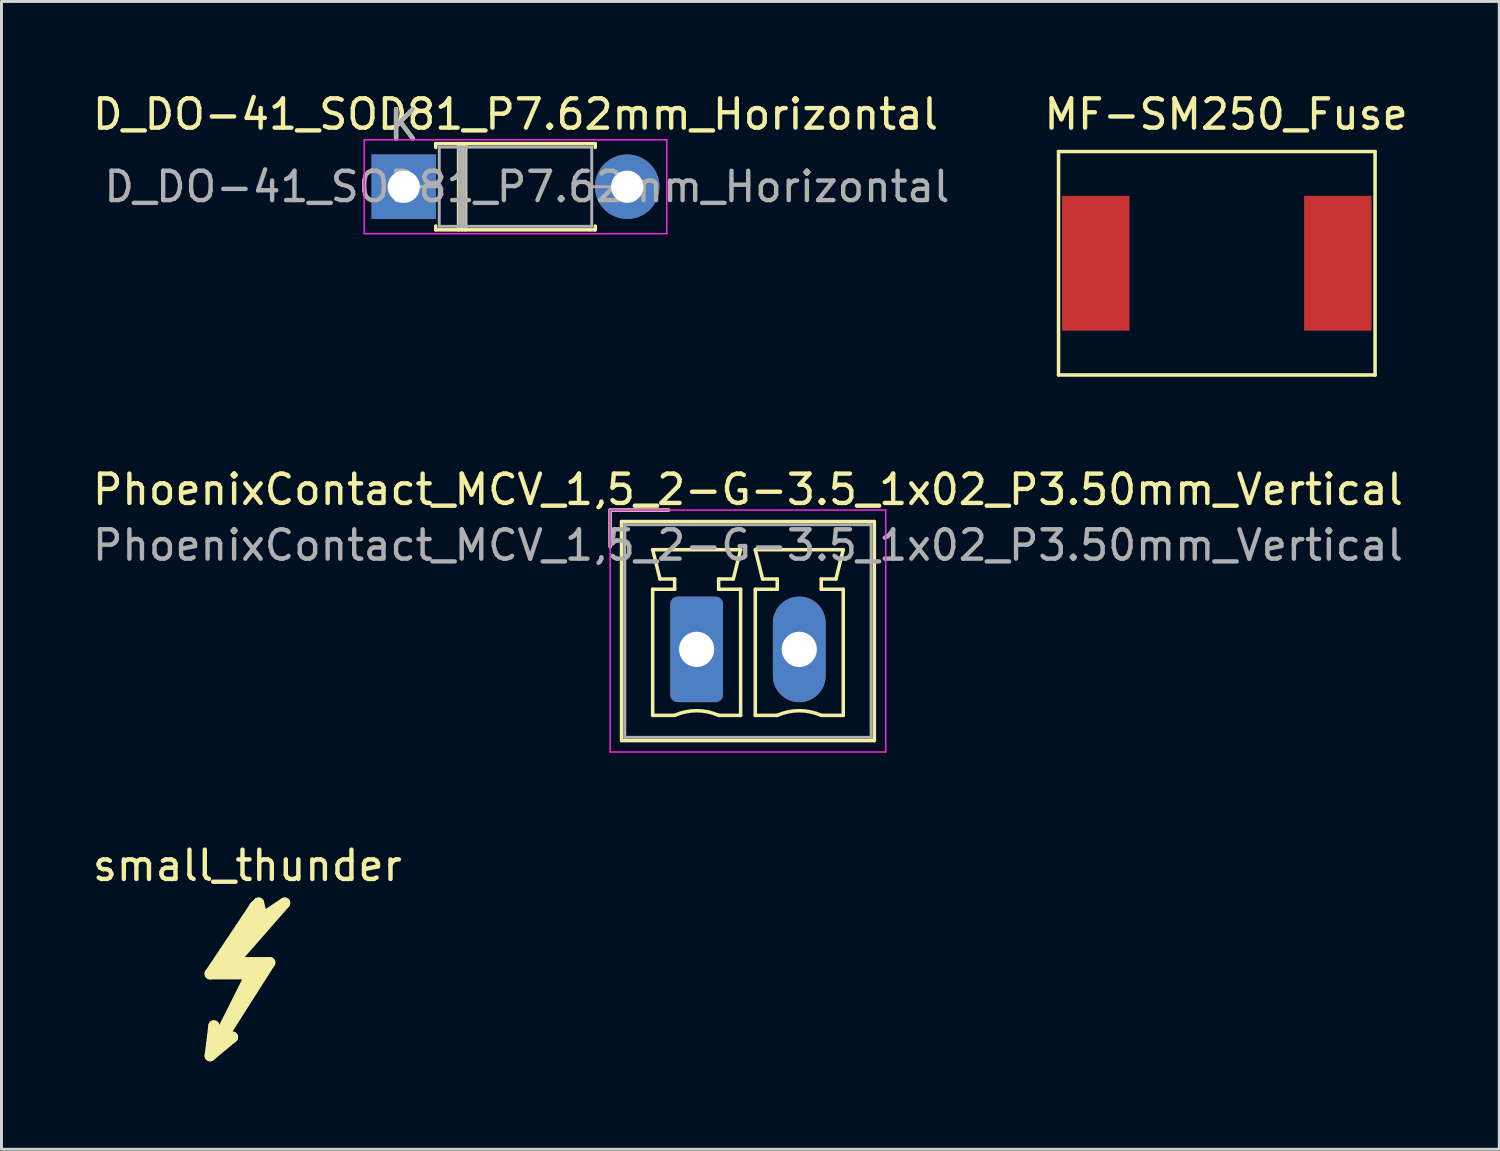
<source format=kicad_pcb>
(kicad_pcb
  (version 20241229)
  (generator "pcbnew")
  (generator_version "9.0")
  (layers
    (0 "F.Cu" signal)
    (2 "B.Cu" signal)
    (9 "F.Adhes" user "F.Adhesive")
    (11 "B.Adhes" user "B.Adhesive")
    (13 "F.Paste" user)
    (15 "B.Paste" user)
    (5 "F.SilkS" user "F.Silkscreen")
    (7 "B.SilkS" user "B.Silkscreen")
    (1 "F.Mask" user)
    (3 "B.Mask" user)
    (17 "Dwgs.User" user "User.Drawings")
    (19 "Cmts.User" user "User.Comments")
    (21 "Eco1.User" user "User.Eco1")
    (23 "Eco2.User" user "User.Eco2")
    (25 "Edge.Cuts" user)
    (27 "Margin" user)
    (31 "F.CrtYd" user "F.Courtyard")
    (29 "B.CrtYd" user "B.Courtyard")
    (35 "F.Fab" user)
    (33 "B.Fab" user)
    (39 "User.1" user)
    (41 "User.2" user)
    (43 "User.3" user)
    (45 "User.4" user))
  (footprint "MF-SM250_Fuse"
    (layer "F.Cu")
    (at 38.13 0.848)
    (property "Reference" "MF-SM250_Fuse" (at 0.635 0 0) (layer "F.SilkS") (effects (font (size 1 1) (thickness 0.15))))
    (attr through_hole)
    (fp_line (start -5.08 1.27) (end -5.08 8.89) (stroke (width 0.12) (type solid)) (layer "F.SilkS"))
    (fp_line (start -5.08 8.89) (end 5.715 8.89) (stroke (width 0.12) (type solid)) (layer "F.SilkS"))
    (fp_line (start 5.715 1.27) (end -5.08 1.27) (stroke (width 0.12) (type solid)) (layer "F.SilkS"))
    (fp_line (start 5.715 8.89) (end 5.715 1.27) (stroke (width 0.12) (type solid)) (layer "F.SilkS"))
    (pad "1" smd rect (at -3.81 5.08 90) (size 4.6 2.3) (layers "F.Cu" "F.Mask" "F.Paste"))
    (pad "2" smd rect (at 4.445 5.08 90) (size 4.6 2.3) (layers "F.Cu" "F.Mask" "F.Paste")))
  (footprint "PhoenixContact_MCV_1,5_2-G-3.5_1x02_P3.50mm_Vertical"
    (layer "F.Cu")
    (at 20.708 19.096)
    (property "Reference" "PhoenixContact_MCV_1,5_2-G-3.5_1x02_P3.50mm_Vertical" (at 1.75 -5.45 0) (layer "F.SilkS") (effects (font (size 1 1) (thickness 0.15))))
    (attr through_hole)
    (fp_line (start -2.95 -4.75) (end -0.95 -4.75) (stroke (width 0.12) (type solid)) (layer "F.SilkS"))
    (fp_line (start -2.95 -3.5) (end -2.95 -4.75) (stroke (width 0.12) (type solid)) (layer "F.SilkS"))
    (fp_line (start -2.56 -4.36) (end -2.56 3.11) (stroke (width 0.12) (type solid)) (layer "F.SilkS"))
    (fp_line (start -2.56 3.11) (end 6.06 3.11) (stroke (width 0.12) (type solid)) (layer "F.SilkS"))
    (fp_line (start -1.5 -3.4) (end 1.5 -3.4) (stroke (width 0.12) (type solid)) (layer "F.SilkS"))
    (fp_line (start -1.5 -2.05) (end -0.75 -2.05) (stroke (width 0.12) (type solid)) (layer "F.SilkS"))
    (fp_line (start -1.5 2.25) (end -1.5 -2.05) (stroke (width 0.12) (type solid)) (layer "F.SilkS"))
    (fp_line (start -1.25 -2.4) (end -1.5 -3.4) (stroke (width 0.12) (type solid)) (layer "F.SilkS"))
    (fp_line (start -0.75 -2.4) (end -1.25 -2.4) (stroke (width 0.12) (type solid)) (layer "F.SilkS"))
    (fp_line (start -0.75 -2.05) (end -0.75 -2.4) (stroke (width 0.12) (type solid)) (layer "F.SilkS"))
    (fp_line (start -0.75 2.25) (end -1.5 2.25) (stroke (width 0.12) (type solid)) (layer "F.SilkS"))
    (fp_line (start 0.75 -2.4) (end 0.75 -2.05) (stroke (width 0.12) (type solid)) (layer "F.SilkS"))
    (fp_line (start 0.75 -2.05) (end 1.5 -2.05) (stroke (width 0.12) (type solid)) (layer "F.SilkS"))
    (fp_line (start 1.25 -2.4) (end 0.75 -2.4) (stroke (width 0.12) (type solid)) (layer "F.SilkS"))
    (fp_line (start 1.5 -3.4) (end 1.25 -2.4) (stroke (width 0.12) (type solid)) (layer "F.SilkS"))
    (fp_line (start 1.5 -2.05) (end 1.5 2.25) (stroke (width 0.12) (type solid)) (layer "F.SilkS"))
    (fp_line (start 1.5 2.25) (end 0.75 2.25) (stroke (width 0.12) (type solid)) (layer "F.SilkS"))
    (fp_line (start 2 -3.4) (end 5 -3.4) (stroke (width 0.12) (type solid)) (layer "F.SilkS"))
    (fp_line (start 2 -2.05) (end 2.75 -2.05) (stroke (width 0.12) (type solid)) (layer "F.SilkS"))
    (fp_line (start 2 2.25) (end 2 -2.05) (stroke (width 0.12) (type solid)) (layer "F.SilkS"))
    (fp_line (start 2.25 -2.4) (end 2 -3.4) (stroke (width 0.12) (type solid)) (layer "F.SilkS"))
    (fp_line (start 2.75 -2.4) (end 2.25 -2.4) (stroke (width 0.12) (type solid)) (layer "F.SilkS"))
    (fp_line (start 2.75 -2.05) (end 2.75 -2.4) (stroke (width 0.12) (type solid)) (layer "F.SilkS"))
    (fp_line (start 2.75 2.25) (end 2 2.25) (stroke (width 0.12) (type solid)) (layer "F.SilkS"))
    (fp_line (start 4.25 -2.4) (end 4.25 -2.05) (stroke (width 0.12) (type solid)) (layer "F.SilkS"))
    (fp_line (start 4.25 -2.05) (end 5 -2.05) (stroke (width 0.12) (type solid)) (layer "F.SilkS"))
    (fp_line (start 4.75 -2.4) (end 4.25 -2.4) (stroke (width 0.12) (type solid)) (layer "F.SilkS"))
    (fp_line (start 5 -3.4) (end 4.75 -2.4) (stroke (width 0.12) (type solid)) (layer "F.SilkS"))
    (fp_line (start 5 -2.05) (end 5 2.25) (stroke (width 0.12) (type solid)) (layer "F.SilkS"))
    (fp_line (start 5 2.25) (end 4.25 2.25) (stroke (width 0.12) (type solid)) (layer "F.SilkS"))
    (fp_line (start 6.06 -4.36) (end -2.56 -4.36) (stroke (width 0.12) (type solid)) (layer "F.SilkS"))
    (fp_line (start 6.06 3.11) (end 6.06 -4.36) (stroke (width 0.12) (type solid)) (layer "F.SilkS"))
    (fp_arc (start -0.75 2.25) (mid -0.000193 2.09191) (end 0.749647 2.249844) (stroke (width 0.12) (type solid)) (layer "F.SilkS"))
    (fp_arc (start 2.75 2.25) (mid 3.499807 2.09191) (end 4.249647 2.249844) (stroke (width 0.12) (type solid)) (layer "F.SilkS"))
    (fp_line (start -2.95 -4.75) (end -2.95 3.5) (stroke (width 0.05) (type solid)) (layer "F.CrtYd"))
    (fp_line (start -2.95 3.5) (end 6.45 3.5) (stroke (width 0.05) (type solid)) (layer "F.CrtYd"))
    (fp_line (start 6.45 -4.75) (end -2.95 -4.75) (stroke (width 0.05) (type solid)) (layer "F.CrtYd"))
    (fp_line (start 6.45 3.5) (end 6.45 -4.75) (stroke (width 0.05) (type solid)) (layer "F.CrtYd"))
    (fp_line (start -2.95 -4.75) (end -0.95 -4.75) (stroke (width 0.1) (type solid)) (layer "F.Fab"))
    (fp_line (start -2.95 -3.5) (end -2.95 -4.75) (stroke (width 0.1) (type solid)) (layer "F.Fab"))
    (fp_line (start -2.45 -4.25) (end -2.45 3) (stroke (width 0.1) (type solid)) (layer "F.Fab"))
    (fp_line (start -2.45 3) (end 5.95 3) (stroke (width 0.1) (type solid)) (layer "F.Fab"))
    (fp_line (start 5.95 -4.25) (end -2.45 -4.25) (stroke (width 0.1) (type solid)) (layer "F.Fab"))
    (fp_line (start 5.95 3) (end 5.95 -4.25) (stroke (width 0.1) (type solid)) (layer "F.Fab"))
    (fp_text user "${REFERENCE}" (at 1.75 -3.55 0) (layer "F.Fab") (effects (font (size 1 1) (thickness 0.15))))
    (pad "1" thru_hole roundrect (at 0 0) (size 1.8 3.6) (drill 1.2) (layers "*.Cu" "*.Mask") (roundrect_rratio 0.139))
    (pad "2" thru_hole oval (at 3.5 0) (size 1.8 3.6) (drill 1.2) (layers "*.Cu" "*.Mask")))
  (footprint "small_thunder"
    (layer "F.Cu")
    (at 5.387 25.97)
    (property "Reference" "small_thunder" (at 0 0.5 0) (layer "F.SilkS") (effects (font (size 1 1) (thickness 0.15))))
    (attr through_hole)
    (fp_line (start -1.27 4.191) (end 0.127 4.191) (stroke (width 0.381) (type solid)) (layer "F.SilkS"))
    (fp_line (start -1.27 6.985) (end -0.508 6.35) (stroke (width 0.381) (type solid)) (layer "F.SilkS"))
    (fp_line (start -1.143 5.969) (end -1.27 6.985) (stroke (width 0.381) (type solid)) (layer "F.SilkS"))
    (fp_line (start -1.016 6.477) (end -1.143 5.969) (stroke (width 0.381) (type solid)) (layer "F.SilkS"))
    (fp_line (start -1.016 6.604) (end 0.762 3.81) (stroke (width 0.381) (type solid)) (layer "F.SilkS"))
    (fp_line (start -0.889 4.064) (end 0.381 4.064) (stroke (width 0.381) (type solid)) (layer "F.SilkS"))
    (fp_line (start -0.508 3.81) (end 1.27 1.778) (stroke (width 0.381) (type solid)) (layer "F.SilkS"))
    (fp_line (start -0.508 6.35) (end -1.016 6.604) (stroke (width 0.381) (type solid)) (layer "F.SilkS"))
    (fp_line (start 0.127 4.191) (end -1.016 6.477) (stroke (width 0.381) (type solid)) (layer "F.SilkS"))
    (fp_line (start 0.254 1.905) (end -1.27 4.191) (stroke (width 0.381) (type solid)) (layer "F.SilkS"))
    (fp_line (start 0.254 1.905) (end 0.381 1.778) (stroke (width 0.381) (type solid)) (layer "F.SilkS"))
    (fp_line (start 0.508 2.159) (end -0.889 4.064) (stroke (width 0.381) (type solid)) (layer "F.SilkS"))
    (fp_line (start 0.508 2.286) (end 0.381 1.778) (stroke (width 0.381) (type solid)) (layer "F.SilkS"))
    (fp_line (start 0.762 3.81) (end -0.508 3.81) (stroke (width 0.381) (type solid)) (layer "F.SilkS"))
    (fp_line (start 1.27 1.778) (end 0.508 2.286) (stroke (width 0.381) (type solid)) (layer "F.SilkS")))
  (footprint "D_DO-41_SOD81_P7.62mm_Horizontal"
    (layer "F.Cu")
    (at 10.72 3.318)
    (property "Reference" "D_DO-41_SOD81_P7.62mm_Horizontal" (at 3.81 -2.47 0) (layer "F.SilkS") (effects (font (size 1 1) (thickness 0.15))))
    (attr through_hole)
    (fp_line (start 1.09 -1.47) (end 6.53 -1.47) (stroke (width 0.12) (type solid)) (layer "F.SilkS"))
    (fp_line (start 1.09 -1.34) (end 1.09 -1.47) (stroke (width 0.12) (type solid)) (layer "F.SilkS"))
    (fp_line (start 1.09 1.34) (end 1.09 1.47) (stroke (width 0.12) (type solid)) (layer "F.SilkS"))
    (fp_line (start 1.09 1.47) (end 6.53 1.47) (stroke (width 0.12) (type solid)) (layer "F.SilkS"))
    (fp_line (start 1.87 -1.47) (end 1.87 1.47) (stroke (width 0.12) (type solid)) (layer "F.SilkS"))
    (fp_line (start 1.99 -1.47) (end 1.99 1.47) (stroke (width 0.12) (type solid)) (layer "F.SilkS"))
    (fp_line (start 2.11 -1.47) (end 2.11 1.47) (stroke (width 0.12) (type solid)) (layer "F.SilkS"))
    (fp_line (start 6.53 -1.47) (end 6.53 -1.34) (stroke (width 0.12) (type solid)) (layer "F.SilkS"))
    (fp_line (start 6.53 1.47) (end 6.53 1.34) (stroke (width 0.12) (type solid)) (layer "F.SilkS"))
    (fp_line (start -1.35 -1.6) (end -1.35 1.6) (stroke (width 0.05) (type solid)) (layer "F.CrtYd"))
    (fp_line (start -1.35 1.6) (end 8.97 1.6) (stroke (width 0.05) (type solid)) (layer "F.CrtYd"))
    (fp_line (start 8.97 -1.6) (end -1.35 -1.6) (stroke (width 0.05) (type solid)) (layer "F.CrtYd"))
    (fp_line (start 8.97 1.6) (end 8.97 -1.6) (stroke (width 0.05) (type solid)) (layer "F.CrtYd"))
    (fp_line (start 0 0) (end 1.21 0) (stroke (width 0.1) (type solid)) (layer "F.Fab"))
    (fp_line (start 1.21 -1.35) (end 1.21 1.35) (stroke (width 0.1) (type solid)) (layer "F.Fab"))
    (fp_line (start 1.21 1.35) (end 6.41 1.35) (stroke (width 0.1) (type solid)) (layer "F.Fab"))
    (fp_line (start 1.89 -1.35) (end 1.89 1.35) (stroke (width 0.1) (type solid)) (layer "F.Fab"))
    (fp_line (start 1.99 -1.35) (end 1.99 1.35) (stroke (width 0.1) (type solid)) (layer "F.Fab"))
    (fp_line (start 2.09 -1.35) (end 2.09 1.35) (stroke (width 0.1) (type solid)) (layer "F.Fab"))
    (fp_line (start 6.41 -1.35) (end 1.21 -1.35) (stroke (width 0.1) (type solid)) (layer "F.Fab"))
    (fp_line (start 6.41 1.35) (end 6.41 -1.35) (stroke (width 0.1) (type solid)) (layer "F.Fab"))
    (fp_line (start 7.62 0) (end 6.41 0) (stroke (width 0.1) (type solid)) (layer "F.Fab"))
    (fp_text user "K" (at 0 -2.1 0) (layer "F.SilkS") (effects (font (size 1 1) (thickness 0.15))))
    (fp_text user "${REFERENCE}" (at 4.2 0 0) (layer "F.Fab") (effects (font (size 1 1) (thickness 0.15))))
    (fp_text user "K" (at 0 -2.1 0) (layer "F.Fab") (effects (font (size 1 1) (thickness 0.15))))
    (pad "1" thru_hole oval (at 7.62 0) (size 2.2 2.2) (drill 1.1) (layers "*.Cu" "*.Mask"))
    (pad "2" thru_hole rect (at 0 0) (size 2.2 2.2) (drill 1.1) (layers "*.Cu" "*.Mask")))
  (gr_rect
    (start -3 -3)
    (end 48.08 36.145)
    (stroke (width 0.1) (type default))
    (fill no)
    (layer "Edge.Cuts")))
</source>
